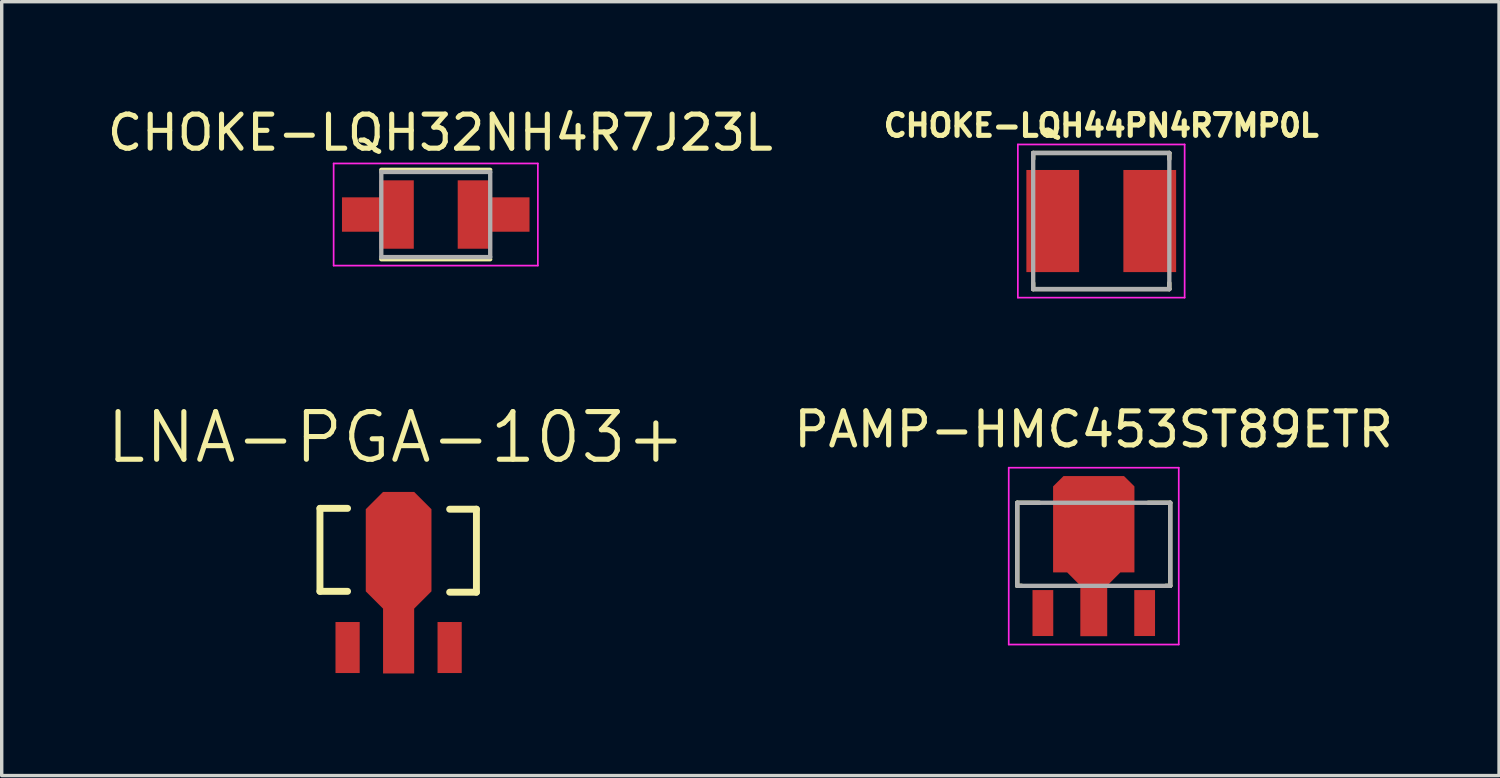
<source format=kicad_pcb>
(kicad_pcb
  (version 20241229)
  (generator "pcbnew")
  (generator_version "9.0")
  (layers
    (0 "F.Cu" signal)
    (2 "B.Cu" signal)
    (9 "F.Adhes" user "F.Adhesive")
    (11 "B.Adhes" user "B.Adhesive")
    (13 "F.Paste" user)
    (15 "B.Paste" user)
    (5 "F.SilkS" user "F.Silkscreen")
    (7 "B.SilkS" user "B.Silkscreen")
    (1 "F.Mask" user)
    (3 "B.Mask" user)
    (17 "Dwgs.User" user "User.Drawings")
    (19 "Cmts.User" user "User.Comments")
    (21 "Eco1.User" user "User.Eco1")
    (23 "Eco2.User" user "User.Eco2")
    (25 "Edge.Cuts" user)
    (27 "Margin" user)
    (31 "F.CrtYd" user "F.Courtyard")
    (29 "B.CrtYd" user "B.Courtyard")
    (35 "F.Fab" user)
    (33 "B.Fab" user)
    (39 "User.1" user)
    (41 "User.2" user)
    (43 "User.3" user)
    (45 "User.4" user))
  (footprint "CHOKE-LQH44PN4R7MP0L"
    (layer "F.Cu")
    (at 29.304 3.444)
    (property "Reference" "CHOKE-LQH44PN4R7MP0L" (at 0 -2.806 0) (layer "F.SilkS") (effects (font (size 0.64 0.64) (thickness 0.15))))
    (attr smd)
    (fp_line (start -2 -2) (end -2 -1.82) (stroke (width 0.127) (type solid)) (layer "F.SilkS"))
    (fp_line (start -2 -2) (end 2 -2) (stroke (width 0.127) (type solid)) (layer "F.SilkS"))
    (fp_line (start -2 2) (end -2 1.82) (stroke (width 0.127) (type solid)) (layer "F.SilkS"))
    (fp_line (start -2 2) (end 2 2) (stroke (width 0.127) (type solid)) (layer "F.SilkS"))
    (fp_line (start 2 -2) (end 2 -1.82) (stroke (width 0.127) (type solid)) (layer "F.SilkS"))
    (fp_line (start 2 2) (end 2 1.82) (stroke (width 0.127) (type solid)) (layer "F.SilkS"))
    (fp_line (start -2.45 -2.25) (end 2.45 -2.25) (stroke (width 0.05) (type solid)) (layer "F.CrtYd"))
    (fp_line (start -2.45 2.25) (end -2.45 -2.25) (stroke (width 0.05) (type solid)) (layer "F.CrtYd"))
    (fp_line (start 2.45 -2.25) (end 2.45 2.25) (stroke (width 0.05) (type solid)) (layer "F.CrtYd"))
    (fp_line (start 2.45 2.25) (end -2.45 2.25) (stroke (width 0.05) (type solid)) (layer "F.CrtYd"))
    (fp_line (start -2 -2) (end 2 -2) (stroke (width 0.127) (type solid)) (layer "F.Fab"))
    (fp_line (start -2 2) (end -2 -2) (stroke (width 0.127) (type solid)) (layer "F.Fab"))
    (fp_line (start 2 -2) (end 2 2) (stroke (width 0.127) (type solid)) (layer "F.Fab"))
    (fp_line (start 2 2) (end -2 2) (stroke (width 0.127) (type solid)) (layer "F.Fab"))
    (pad "1" smd rect (at -1.425 0) (size 1.55 3) (layers "F.Cu" "F.Mask" "F.Paste"))
    (pad "2" smd rect (at 1.425 0 180) (size 1.55 3) (layers "F.Cu" "F.Mask" "F.Paste")))
  (footprint "PAMP-HMC453ST89ETR"
    (layer "F.Cu")
    (at 29.081 13.067)
    (property "Reference" "PAMP-HMC453ST89ETR" (at 0 -3.5 0) (layer "F.SilkS") (effects (font (size 1 1) (thickness 0.15))))
    (attr smd)
    (fp_poly (pts (xy -1.288 -1.866) (xy -1.288 0.794) (xy -0.819 0.794) (xy -0.487 1.127) (xy -0.487 2.669) (xy 0.492 2.669) (xy 0.492 1.127) (xy 0.824 0.794) (xy 1.292 0.794) (xy 1.292 -1.866) (xy 0.93 -2.226) (xy -0.925 -2.226)) (stroke (width 0.01) (type solid)) (fill yes) (layer "F.Mask"))
    (fp_line (start -2.245 -1.346) (end -2.245 1.094) (stroke (width 0.127) (type solid)) (layer "F.SilkS"))
    (fp_line (start -2.245 -1.346) (end -1.597 -1.346) (stroke (width 0.127) (type solid)) (layer "F.SilkS"))
    (fp_line (start -2.245 1.094) (end -2.118 1.094) (stroke (width 0.127) (type solid)) (layer "F.SilkS"))
    (fp_line (start 2.123 1.094) (end 2.25 1.094) (stroke (width 0.127) (type solid)) (layer "F.SilkS"))
    (fp_line (start 2.25 -1.346) (end 1.603 -1.346) (stroke (width 0.127) (type solid)) (layer "F.SilkS"))
    (fp_line (start 2.25 1.094) (end 2.25 -1.346) (stroke (width 0.127) (type solid)) (layer "F.SilkS"))
    (fp_poly (pts (xy -0.933 0) (xy -0.933 -1.432) (xy 0.939 -1.432) (xy 0.939 0)) (stroke (width 0.01) (type solid)) (fill yes) (layer "F.Paste"))
    (fp_line (start -2.495 -2.376) (end -2.495 2.819) (stroke (width 0.05) (type solid)) (layer "F.CrtYd"))
    (fp_line (start -2.495 2.819) (end 2.5 2.819) (stroke (width 0.05) (type solid)) (layer "F.CrtYd"))
    (fp_line (start 2.5 -2.376) (end -2.495 -2.376) (stroke (width 0.05) (type solid)) (layer "F.CrtYd"))
    (fp_line (start 2.5 2.819) (end 2.5 -2.376) (stroke (width 0.05) (type solid)) (layer "F.CrtYd"))
    (fp_line (start -2.245 -1.346) (end -2.245 1.094) (stroke (width 0.127) (type solid)) (layer "F.Fab"))
    (fp_line (start -2.245 -1.346) (end 2.25 -1.346) (stroke (width 0.127) (type solid)) (layer "F.Fab"))
    (fp_line (start -2.245 1.094) (end 2.25 1.094) (stroke (width 0.127) (type solid)) (layer "F.Fab"))
    (fp_line (start 2.25 1.094) (end 2.25 -1.346) (stroke (width 0.127) (type solid)) (layer "F.Fab"))
    (pad "1" smd rect (at -1.492 1.894 90) (size 1.35 0.61) (layers "F.Cu" "F.Mask" "F.Paste"))
    (pad "2" smd custom (at 0.003 1.894 90) (size 1.35 0.78) (layers "F.Cu" "F.Paste") (options (anchor rect)) (primitives (gr_poly (pts (xy 3.719 -1.19) (xy 1.2 -1.19) (xy 1.2 -0.78) (xy 0.808 -0.39) (xy -0.675 -0.39) (xy -0.675 0.39) (xy 0.808 0.39) (xy 1.2 0.78) (xy 1.2 1.19) (xy 3.719 1.19) (xy 4.02 0.886) (xy 4.02 -0.886)) (width 0.01) (fill yes))))
    (pad "3" smd rect (at 1.498 1.894 90) (size 1.35 0.61) (layers "F.Cu" "F.Mask" "F.Paste")))
  (footprint "CHOKE-LQH32NH4R7J23L"
    (layer "F.Cu")
    (at 9.752 3.253)
    (property "Reference" "CHOKE-LQH32NH4R7J23L" (at 0.135 -2.405 0) (layer "F.SilkS") (effects (font (size 1 1) (thickness 0.15))))
    (attr through_hole)
    (fp_poly (pts (xy -2.85 -0.6) (xy -1.75 -0.6) (xy -1.75 -1.1) (xy -0.55 -1.1) (xy -0.55 1.1) (xy -1.75 1.1) (xy -1.75 0.6) (xy -2.85 0.6)) (stroke (width 0.01) (type solid)) (fill yes) (layer "F.Mask"))
    (fp_poly (pts (xy 0.55 -1.1) (xy 1.75 -1.1) (xy 1.75 -0.6) (xy 2.85 -0.6) (xy 2.85 0.6) (xy 1.75 0.6) (xy 1.75 1.1) (xy 0.55 1.1)) (stroke (width 0.01) (type solid)) (fill yes) (layer "F.Mask"))
    (fp_line (start -1.6 -1.313) (end 1.6 -1.313) (stroke (width 0.127) (type solid)) (layer "F.SilkS"))
    (fp_line (start 1.6 1.313) (end -1.6 1.313) (stroke (width 0.127) (type solid)) (layer "F.SilkS"))
    (fp_poly (pts (xy -1.65 -1) (xy -0.65 -1) (xy -0.65 1) (xy -1.65 1) (xy -1.65 0.5) (xy -2.75 0.5) (xy -2.75 -0.5) (xy -1.65 -0.5)) (stroke (width 0.01) (type solid)) (fill yes) (layer "F.Paste"))
    (fp_poly (pts (xy 1.65 1) (xy 0.65 1) (xy 0.65 -1) (xy 1.65 -1) (xy 1.65 -0.5) (xy 2.75 -0.5) (xy 2.75 0.5) (xy 1.65 0.5)) (stroke (width 0.01) (type solid)) (fill yes) (layer "F.Paste"))
    (fp_line (start -3 -1.5) (end 3 -1.5) (stroke (width 0.05) (type solid)) (layer "F.CrtYd"))
    (fp_line (start -3 1.5) (end -3 -1.5) (stroke (width 0.05) (type solid)) (layer "F.CrtYd"))
    (fp_line (start 3 -1.5) (end 3 1.5) (stroke (width 0.05) (type solid)) (layer "F.CrtYd"))
    (fp_line (start 3 1.5) (end -3 1.5) (stroke (width 0.05) (type solid)) (layer "F.CrtYd"))
    (fp_line (start -1.6 -1.25) (end 1.6 -1.25) (stroke (width 0.127) (type solid)) (layer "F.Fab"))
    (fp_line (start -1.6 1.25) (end -1.6 -1.25) (stroke (width 0.127) (type solid)) (layer "F.Fab"))
    (fp_line (start 1.6 -1.25) (end 1.6 1.25) (stroke (width 0.127) (type solid)) (layer "F.Fab"))
    (fp_line (start 1.6 1.25) (end -1.6 1.25) (stroke (width 0.127) (type solid)) (layer "F.Fab"))
    (pad "1" smd custom (at -1.15 0) (size 1 2) (layers "F.Cu") (options (anchor rect)) (primitives (gr_poly (pts (xy -0.5 -1) (xy 0.5 -1) (xy 0.5 1) (xy -0.5 1) (xy -0.5 0.5) (xy -1.6 0.5) (xy -1.6 -0.5) (xy -0.5 -0.5)) (width 0.01) (fill yes))))
    (pad "2" smd custom (at 1.15 0) (size 1 2) (layers "F.Cu") (options (anchor rect)) (primitives (gr_poly (pts (xy 0.5 1) (xy -0.5 1) (xy -0.5 -1) (xy 0.5 -1) (xy 0.5 -0.5) (xy 1.6 -0.5) (xy 1.6 0.5) (xy 0.5 0.5)) (width 0.01) (fill yes)))))
  (footprint "LNA-PGA-103+"
    (layer "F.Cu")
    (at 8.661 14.069)
    (property "Reference" "LNA-PGA-103+" (at -0.076 -4.267 0) (layer "F.SilkS") (effects (font (size 1.4 1.4) (thickness 0.15))))
    (attr smd)
    (fp_poly (pts (xy -1.092 -2.235) (xy -1.092 0.305) (xy -0.584 0.813) (xy 0.559 0.813) (xy 1.067 0.305) (xy 1.067 -2.235) (xy 0.559 -2.743) (xy -0.584 -2.743)) (stroke (width 0) (type solid)) (fill yes) (layer "F.Mask"))
    (fp_line (start -2.311 -2.184) (end -2.311 0.254) (stroke (width 0.203) (type solid)) (layer "F.SilkS"))
    (fp_line (start -2.311 -2.184) (end -1.5 -2.184) (stroke (width 0.203) (type solid)) (layer "F.SilkS"))
    (fp_line (start -2.311 0.254) (end -1.5 0.254) (stroke (width 0.203) (type solid)) (layer "F.SilkS"))
    (fp_line (start 1.5 -2.159) (end 2.286 -2.159) (stroke (width 0.203) (type solid)) (layer "F.SilkS"))
    (fp_line (start 2.286 -2.159) (end 2.286 0.279) (stroke (width 0.203) (type solid)) (layer "F.SilkS"))
    (fp_line (start 2.286 0.279) (end 1.5 0.279) (stroke (width 0.203) (type solid)) (layer "F.SilkS"))
    (pad "1" smd rect (at -1.499 1.905) (size 0.711 1.499) (layers "F.Cu" "F.Mask" "F.Paste"))
    (pad "2" smd custom (at 0 0) (size 0.889 5.334) (layers "F.Cu" "F.Mask" "F.Paste") (options (anchor rect)) (primitives (gr_poly (pts (xy -0.457 2.667) (xy 0.457 2.667) (xy 0.457 0.762) (xy 0.965 0.254) (xy 0.965 -2.159) (xy 0.457 -2.667) (xy -0.457 -2.667) (xy -0.965 -2.159) (xy -0.965 0.254) (xy -0.457 0.762)) (width 0) (fill yes))))
    (pad "3" smd rect (at 1.499 1.905) (size 0.711 1.499) (layers "F.Cu" "F.Mask" "F.Paste")))
  (gr_rect
    (start -3 -3)
    (end 40.991 19.735)
    (stroke (width 0.1) (type default))
    (fill no)
    (layer "Edge.Cuts")))
</source>
